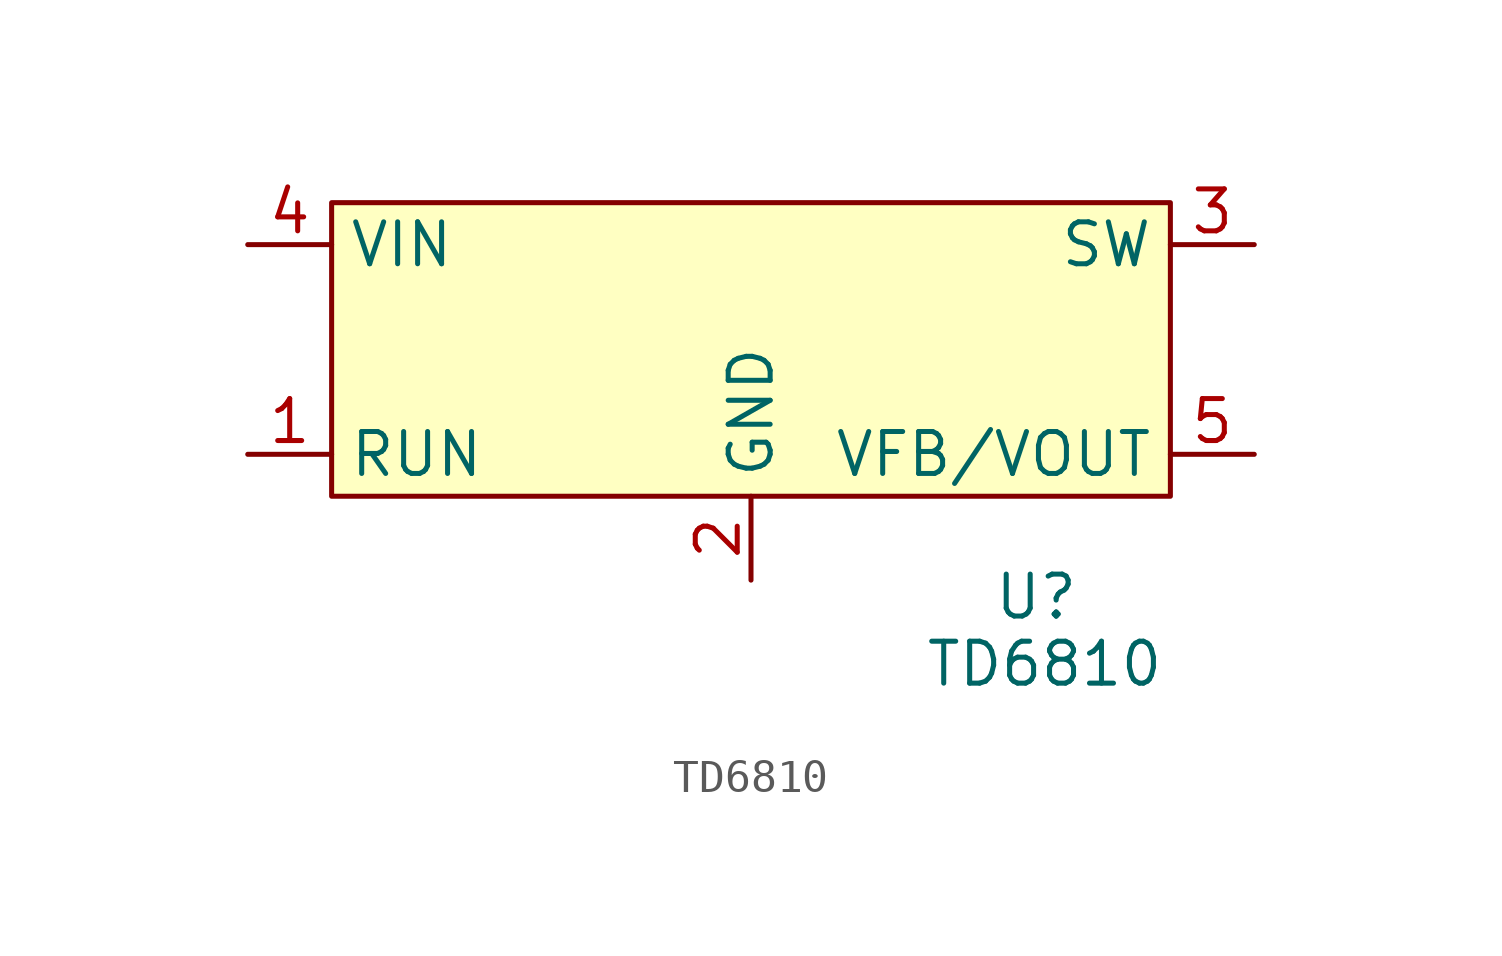
<source format=kicad_sym>
(kicad_symbol_lib
  (version 20231120)
  (generator "kicad_symbol_editor")
  (generator_version "8.0")
  (symbol "TD6810"
    (property "Reference" "U"
      (at 8.636 -6.858 0)
      (effects (font (size 1.27 1.27))))
    (property "Value" "TD6810"
      (at 8.89 -8.89 0)
      (effects (font (size 1.27 1.27))))
    (symbol "TD6810_1_1"
      (rectangle (start -12.7 5.08) (end 12.7 -3.81) (stroke (width 0) (type default)) (fill (type background)))
      (pin input line (at -15.24 -2.54 0) (length 2.54) (name "RUN" (effects (font (size 1.27 1.27)))) (number "1" (effects (font (size 1.27 1.27)))))
      (pin input line (at 0 -6.35 90) (length 2.54) (name "GND" (effects (font (size 1.27 1.27)))) (number "2" (effects (font (size 1.27 1.27)))))
      (pin input line (at 15.24 3.81 180) (length 2.54) (name "SW" (effects (font (size 1.27 1.27)))) (number "3" (effects (font (size 1.27 1.27)))))
      (pin input line (at -15.24 3.81 0) (length 2.54) (name "VIN" (effects (font (size 1.27 1.27)))) (number "4" (effects (font (size 1.27 1.27)))))
      (pin input line (at 15.24 -2.54 180) (length 2.54) (name "VFB/VOUT" (effects (font (size 1.27 1.27)))) (number "5" (effects (font (size 1.27 1.27))))))))
</source>
